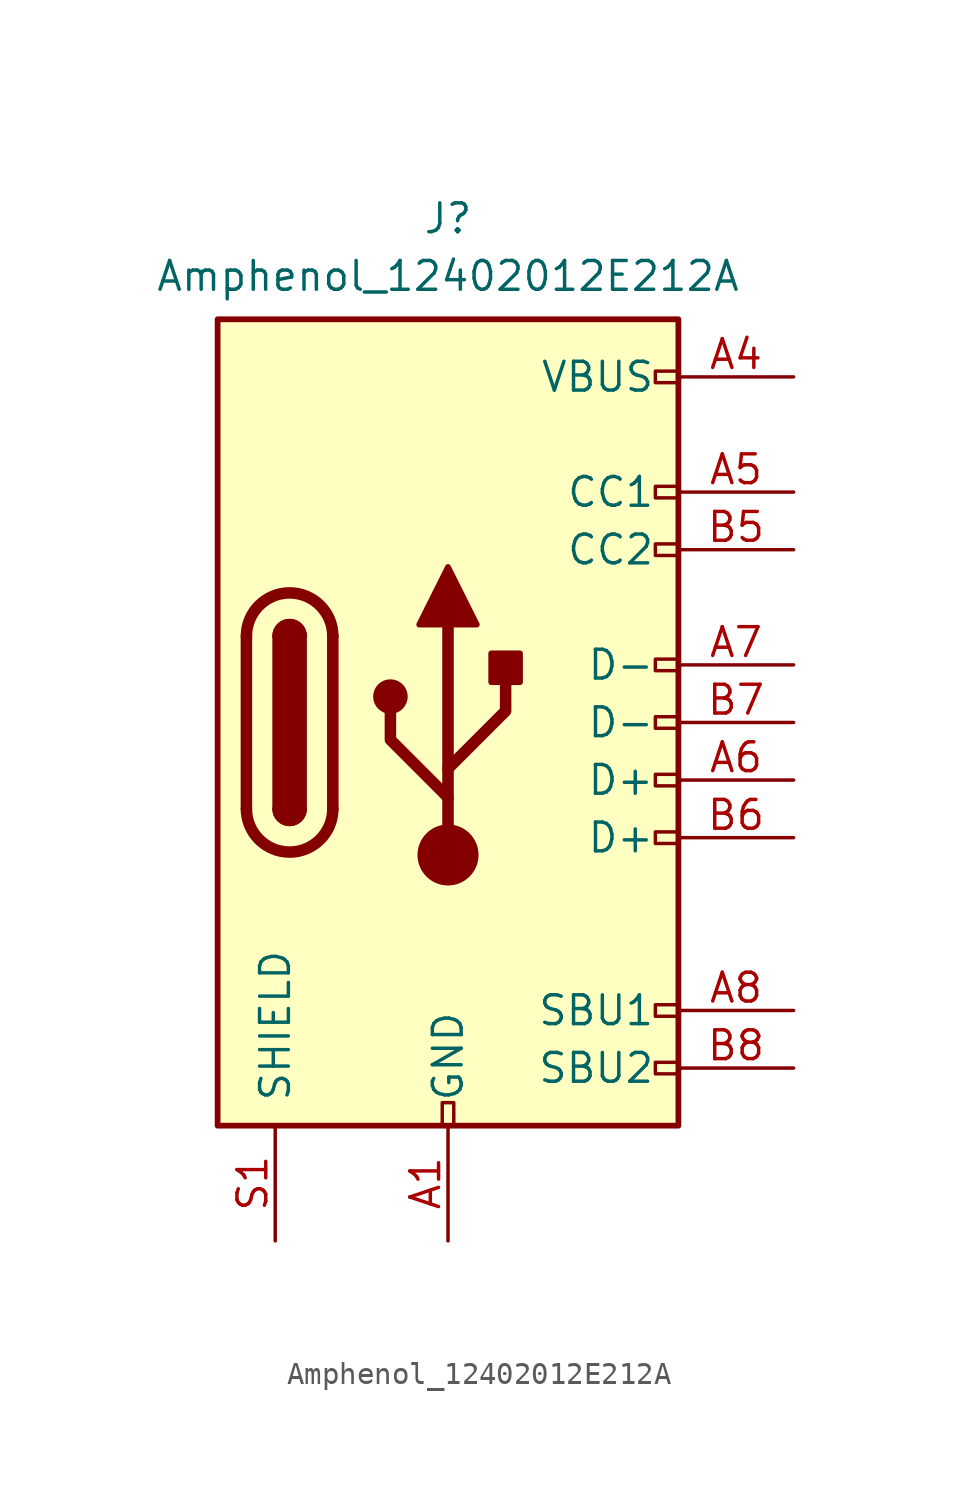
<source format=kicad_sym>
(kicad_symbol_lib
  (version 20231120)
  (generator "kicad_symbol_editor")
  (generator_version "8.0")
  (symbol "Amphenol_12402012E212A"
    (pin_names
      (offset 1.016))
    (property "Reference" "J"
      (at 0 22.225 0)
      (effects (font (size 1.27 1.27))))
    (property "Value" "Amphenol_12402012E212A"
      (at 0 19.685 0)
      (effects (font (size 1.27 1.27))))
    (symbol "Amphenol_12402012E212A_0_0"
      (rectangle (start -0.254 -17.78) (end 0.254 -16.764) (stroke (width 0) (type default)) (fill (type none)))
      (rectangle (start 10.16 -14.986) (end 9.144 -15.494) (stroke (width 0) (type default)) (fill (type none)))
      (rectangle (start 10.16 -12.446) (end 9.144 -12.954) (stroke (width 0) (type default)) (fill (type none)))
      (rectangle (start 10.16 -4.826) (end 9.144 -5.334) (stroke (width 0) (type default)) (fill (type none)))
      (rectangle (start 10.16 -2.286) (end 9.144 -2.794) (stroke (width 0) (type default)) (fill (type none)))
      (rectangle (start 10.16 0.254) (end 9.144 -0.254) (stroke (width 0) (type default)) (fill (type none)))
      (rectangle (start 10.16 2.794) (end 9.144 2.286) (stroke (width 0) (type default)) (fill (type none)))
      (rectangle (start 10.16 7.874) (end 9.144 7.366) (stroke (width 0) (type default)) (fill (type none)))
      (rectangle (start 10.16 10.414) (end 9.144 9.906) (stroke (width 0) (type default)) (fill (type none)))
      (rectangle (start 10.16 15.494) (end 9.144 14.986) (stroke (width 0) (type default)) (fill (type none))))
    (symbol "Amphenol_12402012E212A_0_1"
      (rectangle (start -10.16 17.78) (end 10.16 -17.78) (stroke (width 0.254) (type default)) (fill (type background)))
      (arc (start -8.89 -3.81) (mid -6.985 -5.7067) (end -5.08 -3.81) (stroke (width 0.508) (type default)) (fill (type none)))
      (arc (start -7.62 -3.81) (mid -6.985 -4.4423) (end -6.35 -3.81) (stroke (width 0.254) (type default)) (fill (type none)))
      (arc (start -7.62 -3.81) (mid -6.985 -4.4423) (end -6.35 -3.81) (stroke (width 0.254) (type default)) (fill (type outline)))
      (rectangle (start -7.62 -3.81) (end -6.35 3.81) (stroke (width 0.254) (type default)) (fill (type outline)))
      (arc (start -6.35 3.81) (mid -6.985 4.4423) (end -7.62 3.81) (stroke (width 0.254) (type default)) (fill (type none)))
      (arc (start -6.35 3.81) (mid -6.985 4.4423) (end -7.62 3.81) (stroke (width 0.254) (type default)) (fill (type outline)))
      (arc (start -5.08 3.81) (mid -6.985 5.7067) (end -8.89 3.81) (stroke (width 0.508) (type default)) (fill (type none)))
      (circle (center -2.54 1.143) (radius 0.635) (stroke (width 0.254) (type default)) (fill (type outline)))
      (circle (center 0 -5.842) (radius 1.27) (stroke (width 0) (type default)) (fill (type outline)))
      (polyline (pts (xy -8.89 -3.81) (xy -8.89 3.81)) (stroke (width 0.508) (type default)) (fill (type none)))
      (polyline (pts (xy -5.08 3.81) (xy -5.08 -3.81)) (stroke (width 0.508) (type default)) (fill (type none)))
      (polyline (pts (xy 0 -5.842) (xy 0 4.318)) (stroke (width 0.508) (type default)) (fill (type none)))
      (polyline (pts (xy 0 -3.302) (xy -2.54 -0.762) (xy -2.54 0.508)) (stroke (width 0.508) (type default)) (fill (type none)))
      (polyline (pts (xy 0 -2.032) (xy 2.54 0.508) (xy 2.54 1.778)) (stroke (width 0.508) (type default)) (fill (type none)))
      (polyline (pts (xy -1.27 4.318) (xy 0 6.858) (xy 1.27 4.318) (xy -1.27 4.318)) (stroke (width 0.254) (type default)) (fill (type outline)))
      (rectangle (start 1.905 1.778) (end 3.175 3.048) (stroke (width 0.254) (type default)) (fill (type outline))))
    (symbol "Amphenol_12402012E212A_1_1"
      (pin passive line (at 0 -22.86 90) (length 5.08) (name "GND" (effects (font (size 1.27 1.27)))) (number "A1" (effects (font (size 1.27 1.27)))))
      (pin passive line (at 0 -22.86 90) (length 5.08) hide (name "GND" (effects (font (size 1.27 1.27)))) (number "A12" (effects (font (size 1.27 1.27)))))
      (pin passive line (at 15.24 15.24 180) (length 5.08) (name "VBUS" (effects (font (size 1.27 1.27)))) (number "A4" (effects (font (size 1.27 1.27)))))
      (pin bidirectional line (at 15.24 10.16 180) (length 5.08) (name "CC1" (effects (font (size 1.27 1.27)))) (number "A5" (effects (font (size 1.27 1.27)))))
      (pin bidirectional line (at 15.24 -2.54 180) (length 5.08) (name "D+" (effects (font (size 1.27 1.27)))) (number "A6" (effects (font (size 1.27 1.27)))))
      (pin bidirectional line (at 15.24 2.54 180) (length 5.08) (name "D-" (effects (font (size 1.27 1.27)))) (number "A7" (effects (font (size 1.27 1.27)))))
      (pin bidirectional line (at 15.24 -12.7 180) (length 5.08) (name "SBU1" (effects (font (size 1.27 1.27)))) (number "A8" (effects (font (size 1.27 1.27)))))
      (pin passive line (at 15.24 15.24 180) (length 5.08) hide (name "VBUS" (effects (font (size 1.27 1.27)))) (number "A9" (effects (font (size 1.27 1.27)))))
      (pin passive line (at 0 -22.86 90) (length 5.08) hide (name "GND" (effects (font (size 1.27 1.27)))) (number "B1" (effects (font (size 1.27 1.27)))))
      (pin passive line (at 0 -22.86 90) (length 5.08) hide (name "GND" (effects (font (size 1.27 1.27)))) (number "B12" (effects (font (size 1.27 1.27)))))
      (pin passive line (at 15.24 15.24 180) (length 5.08) hide (name "VBUS" (effects (font (size 1.27 1.27)))) (number "B4" (effects (font (size 1.27 1.27)))))
      (pin bidirectional line (at 15.24 7.62 180) (length 5.08) (name "CC2" (effects (font (size 1.27 1.27)))) (number "B5" (effects (font (size 1.27 1.27)))))
      (pin bidirectional line (at 15.24 -5.08 180) (length 5.08) (name "D+" (effects (font (size 1.27 1.27)))) (number "B6" (effects (font (size 1.27 1.27)))))
      (pin bidirectional line (at 15.24 0 180) (length 5.08) (name "D-" (effects (font (size 1.27 1.27)))) (number "B7" (effects (font (size 1.27 1.27)))))
      (pin bidirectional line (at 15.24 -15.24 180) (length 5.08) (name "SBU2" (effects (font (size 1.27 1.27)))) (number "B8" (effects (font (size 1.27 1.27)))))
      (pin passive line (at 15.24 15.24 180) (length 5.08) hide (name "VBUS" (effects (font (size 1.27 1.27)))) (number "B9" (effects (font (size 1.27 1.27)))))
      (pin passive line (at -7.62 -22.86 90) (length 5.08) (name "SHIELD" (effects (font (size 1.27 1.27)))) (number "S1" (effects (font (size 1.27 1.27))))))))
</source>
